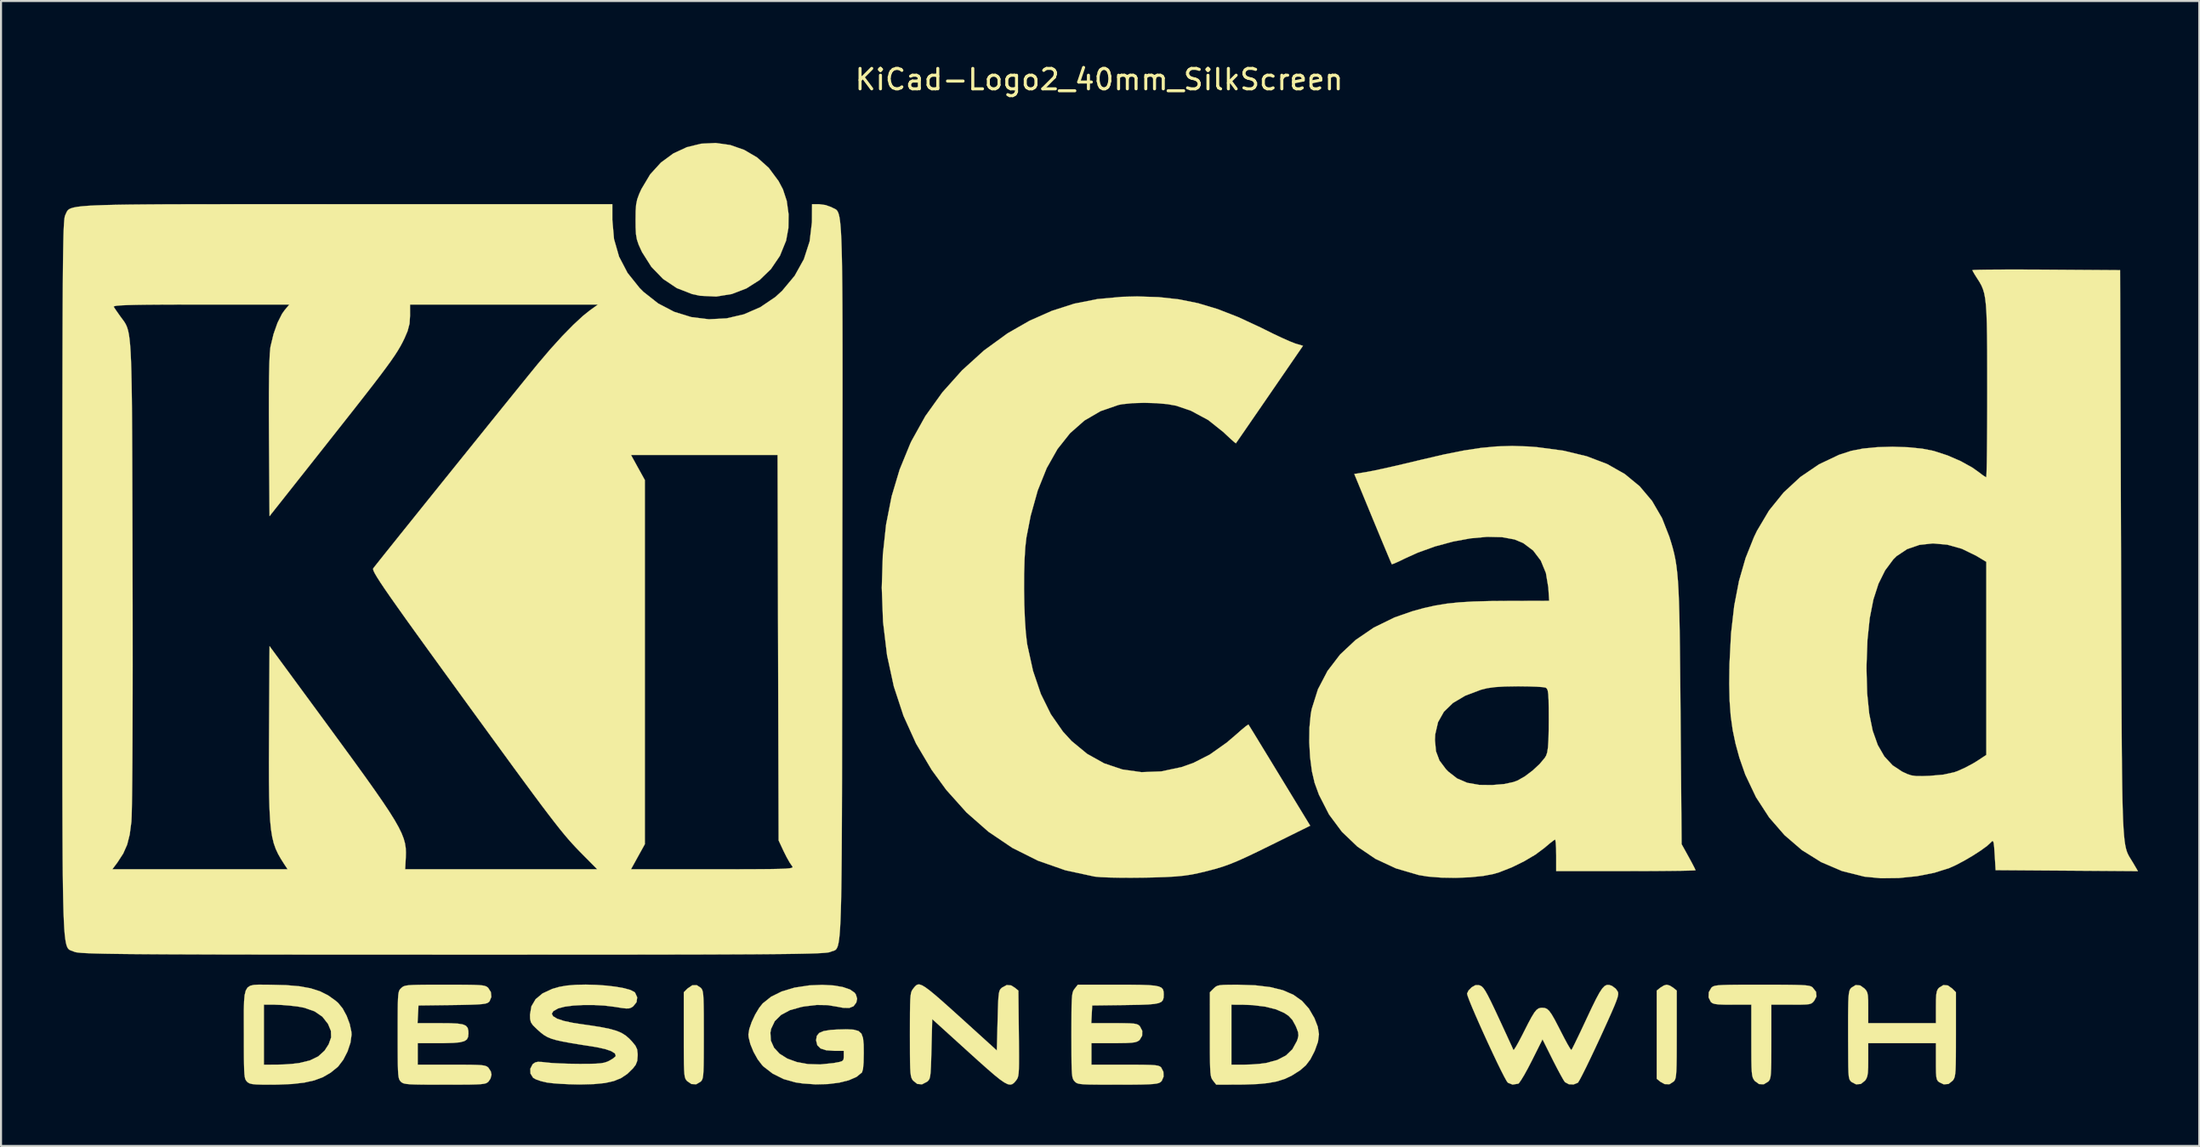
<source format=kicad_pcb>
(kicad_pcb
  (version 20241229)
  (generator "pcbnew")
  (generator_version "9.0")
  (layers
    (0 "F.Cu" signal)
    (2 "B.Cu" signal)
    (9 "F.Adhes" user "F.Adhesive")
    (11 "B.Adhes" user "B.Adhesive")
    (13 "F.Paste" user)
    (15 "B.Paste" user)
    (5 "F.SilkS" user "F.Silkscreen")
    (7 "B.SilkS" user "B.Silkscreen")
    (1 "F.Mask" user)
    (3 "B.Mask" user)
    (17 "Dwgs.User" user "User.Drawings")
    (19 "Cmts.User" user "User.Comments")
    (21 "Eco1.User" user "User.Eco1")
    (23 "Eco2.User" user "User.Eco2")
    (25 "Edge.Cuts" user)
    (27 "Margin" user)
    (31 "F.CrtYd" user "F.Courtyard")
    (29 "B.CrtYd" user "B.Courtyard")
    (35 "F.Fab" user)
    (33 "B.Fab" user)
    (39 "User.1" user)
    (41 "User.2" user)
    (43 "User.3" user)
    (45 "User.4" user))
  (footprint "KiCad-Logo2_40mm_SilkScreen"
    (layer "F.Cu")
    (at 50.806 23.708)
    (property "Reference" "KiCad-Logo2_40mm_SilkScreen" (at 0 -22.86 0) (layer "F.SilkS") (effects (font (size 1 1) (thickness 0.15))))
    (attr exclude_from_pos_files exclude_from_bom)
    (fp_poly (pts (xy 27.966 21.545) (xy 28.124 21.644) (xy 28.302 21.788) (xy 28.302 23.935) (xy 28.301 24.563) (xy 28.299 25.057) (xy 28.293 25.436) (xy 28.284 25.717) (xy 28.269 25.917) (xy 28.249 26.054) (xy 28.221 26.146) (xy 28.184 26.209) (xy 28.158 26.24) (xy 27.948 26.377) (xy 27.709 26.371) (xy 27.5 26.255) (xy 27.322 26.11) (xy 27.322 21.788) (xy 27.5 21.644) (xy 27.672 21.539) (xy 27.812 21.5) (xy 27.966 21.545)) (stroke (width 0.01) (type solid)) (fill yes) (layer "F.SilkS"))
    (fp_poly (pts (xy -19.521 21.65) (xy -19.477 21.701) (xy -19.443 21.766) (xy -19.417 21.863) (xy -19.398 22.01) (xy -19.385 22.225) (xy -19.377 22.523) (xy -19.372 22.924) (xy -19.371 23.444) (xy -19.37 23.949) (xy -19.371 24.576) (xy -19.373 25.069) (xy -19.378 25.447) (xy -19.387 25.726) (xy -19.401 25.924) (xy -19.421 26.059) (xy -19.449 26.148) (xy -19.486 26.209) (xy -19.521 26.248) (xy -19.741 26.379) (xy -19.976 26.368) (xy -20.186 26.224) (xy -20.235 26.168) (xy -20.272 26.103) (xy -20.301 26.012) (xy -20.321 25.875) (xy -20.335 25.675) (xy -20.344 25.395) (xy -20.348 25.016) (xy -20.35 24.521) (xy -20.35 23.96) (xy -20.35 21.87) (xy -20.165 21.685) (xy -19.937 21.529) (xy -19.716 21.523) (xy -19.521 21.65)) (stroke (width 0.01) (type solid)) (fill yes) (layer "F.SilkS"))
    (fp_poly (pts (xy -18.076 -19.651) (xy -17.392 -19.413) (xy -16.756 -19.04) (xy -16.187 -18.531) (xy -15.708 -17.886) (xy -15.493 -17.48) (xy -15.306 -16.911) (xy -15.216 -16.254) (xy -15.226 -15.579) (xy -15.337 -14.968) (xy -15.641 -14.22) (xy -16.081 -13.572) (xy -16.635 -13.035) (xy -17.282 -12.624) (xy -17.998 -12.349) (xy -18.761 -12.225) (xy -19.549 -12.263) (xy -19.938 -12.345) (xy -20.695 -12.64) (xy -21.367 -13.089) (xy -21.938 -13.679) (xy -22.393 -14.397) (xy -22.431 -14.475) (xy -22.564 -14.769) (xy -22.647 -15.017) (xy -22.693 -15.278) (xy -22.711 -15.613) (xy -22.714 -15.977) (xy -22.709 -16.415) (xy -22.686 -16.732) (xy -22.634 -16.987) (xy -22.541 -17.243) (xy -22.426 -17.496) (xy -21.998 -18.213) (xy -21.47 -18.793) (xy -20.864 -19.237) (xy -20.201 -19.545) (xy -19.501 -19.716) (xy -18.786 -19.751) (xy -18.076 -19.651)) (stroke (width 0.01) (type solid)) (fill yes) (layer "F.SilkS"))
    (fp_poly (pts (xy 33.136 21.5) (xy 33.662 21.503) (xy 34.07 21.508) (xy 34.376 21.517) (xy 34.599 21.53) (xy 34.753 21.549) (xy 34.856 21.574) (xy 34.924 21.607) (xy 34.957 21.631) (xy 35.128 21.849) (xy 35.149 22.074) (xy 35.043 22.279) (xy 34.974 22.361) (xy 34.9 22.417) (xy 34.792 22.452) (xy 34.622 22.47) (xy 34.363 22.478) (xy 33.986 22.479) (xy 33.911 22.479) (xy 32.937 22.479) (xy 32.937 24.288) (xy 32.936 24.858) (xy 32.934 25.297) (xy 32.927 25.624) (xy 32.915 25.857) (xy 32.896 26.017) (xy 32.869 26.123) (xy 32.833 26.194) (xy 32.786 26.248) (xy 32.566 26.38) (xy 32.337 26.37) (xy 32.129 26.219) (xy 32.113 26.2) (xy 32.064 26.129) (xy 32.026 26.046) (xy 31.998 25.931) (xy 31.979 25.764) (xy 31.967 25.524) (xy 31.96 25.192) (xy 31.958 24.747) (xy 31.957 24.24) (xy 31.957 22.479) (xy 31.027 22.479) (xy 30.628 22.477) (xy 30.351 22.466) (xy 30.17 22.444) (xy 30.056 22.407) (xy 29.981 22.351) (xy 29.972 22.342) (xy 29.862 22.12) (xy 29.872 21.869) (xy 29.998 21.65) (xy 30.046 21.608) (xy 30.109 21.574) (xy 30.202 21.548) (xy 30.343 21.529) (xy 30.548 21.516) (xy 30.834 21.507) (xy 31.217 21.502) (xy 31.714 21.5) (xy 32.343 21.5) (xy 32.477 21.5) (xy 33.136 21.5)) (stroke (width 0.01) (type solid)) (fill yes) (layer "F.SilkS"))
    (fp_poly (pts (xy 41.587 21.536) (xy 41.797 21.685) (xy 41.982 21.87) (xy 41.982 23.936) (xy 41.981 24.549) (xy 41.979 25.03) (xy 41.973 25.397) (xy 41.964 25.668) (xy 41.948 25.861) (xy 41.926 25.995) (xy 41.896 26.088) (xy 41.856 26.158) (xy 41.825 26.2) (xy 41.62 26.364) (xy 41.385 26.382) (xy 41.169 26.281) (xy 41.098 26.222) (xy 41.051 26.143) (xy 41.022 26.016) (xy 41.007 25.812) (xy 41.002 25.503) (xy 41.002 25.264) (xy 41.002 24.364) (xy 37.685 24.364) (xy 37.685 25.183) (xy 37.682 25.557) (xy 37.668 25.814) (xy 37.639 25.988) (xy 37.589 26.112) (xy 37.529 26.2) (xy 37.323 26.364) (xy 37.09 26.383) (xy 36.866 26.267) (xy 36.805 26.206) (xy 36.762 26.125) (xy 36.734 25.999) (xy 36.717 25.803) (xy 36.708 25.511) (xy 36.704 25.099) (xy 36.704 25.004) (xy 36.7 24.227) (xy 36.699 23.587) (xy 36.699 23.069) (xy 36.703 22.66) (xy 36.709 22.345) (xy 36.72 22.11) (xy 36.736 21.942) (xy 36.758 21.825) (xy 36.785 21.746) (xy 36.819 21.692) (xy 36.856 21.65) (xy 37.069 21.518) (xy 37.291 21.536) (xy 37.5 21.685) (xy 37.585 21.78) (xy 37.639 21.886) (xy 37.669 22.037) (xy 37.683 22.267) (xy 37.685 22.613) (xy 37.685 22.627) (xy 37.685 23.384) (xy 41.002 23.384) (xy 41.002 22.592) (xy 41.005 22.228) (xy 41.019 21.982) (xy 41.048 21.822) (xy 41.097 21.716) (xy 41.153 21.65) (xy 41.365 21.518) (xy 41.587 21.536)) (stroke (width 0.01) (type solid)) (fill yes) (layer "F.SilkS"))
    (fp_poly (pts (xy 6.799 21.501) (xy 7.66 21.53) (xy 8.392 21.618) (xy 9.008 21.771) (xy 9.519 21.994) (xy 9.938 22.291) (xy 10.277 22.669) (xy 10.547 23.133) (xy 10.552 23.144) (xy 10.713 23.559) (xy 10.771 23.926) (xy 10.724 24.296) (xy 10.573 24.718) (xy 10.545 24.782) (xy 10.35 25.158) (xy 10.131 25.448) (xy 9.848 25.695) (xy 9.462 25.94) (xy 9.44 25.953) (xy 9.104 26.114) (xy 8.724 26.235) (xy 8.276 26.319) (xy 7.735 26.37) (xy 7.078 26.393) (xy 6.845 26.395) (xy 5.739 26.399) (xy 5.583 26.2) (xy 5.537 26.135) (xy 5.5 26.059) (xy 5.473 25.953) (xy 5.454 25.8) (xy 5.441 25.581) (xy 5.436 25.419) (xy 6.482 25.419) (xy 7.109 25.419) (xy 7.476 25.408) (xy 7.852 25.38) (xy 8.161 25.34) (xy 8.18 25.337) (xy 8.729 25.189) (xy 9.154 24.968) (xy 9.47 24.663) (xy 9.69 24.263) (xy 9.728 24.157) (xy 9.766 23.992) (xy 9.75 23.829) (xy 9.671 23.612) (xy 9.623 23.505) (xy 9.467 23.222) (xy 9.28 23.023) (xy 9.073 22.885) (xy 8.659 22.704) (xy 8.13 22.574) (xy 7.513 22.499) (xy 7.066 22.482) (xy 6.482 22.479) (xy 6.482 25.419) (xy 5.436 25.419) (xy 5.433 25.278) (xy 5.428 24.873) (xy 5.427 24.347) (xy 5.427 23.936) (xy 5.427 21.87) (xy 5.612 21.685) (xy 5.694 21.61) (xy 5.783 21.558) (xy 5.907 21.526) (xy 6.094 21.509) (xy 6.374 21.502) (xy 6.775 21.501) (xy 6.799 21.501)) (stroke (width 0.01) (type solid)) (fill yes) (layer "F.SilkS"))
    (fp_poly (pts (xy -40.87 21.5) (xy -40.606 21.502) (xy -39.834 21.521) (xy -39.187 21.576) (xy -38.643 21.674) (xy -38.181 21.821) (xy -37.779 22.022) (xy -37.413 22.284) (xy -37.283 22.397) (xy -37.067 22.663) (xy -36.871 23.024) (xy -36.721 23.424) (xy -36.639 23.807) (xy -36.63 23.949) (xy -36.684 24.342) (xy -36.827 24.771) (xy -37.035 25.177) (xy -37.281 25.501) (xy -37.321 25.54) (xy -37.66 25.814) (xy -38.031 26.029) (xy -38.455 26.188) (xy -38.954 26.299) (xy -39.55 26.367) (xy -40.264 26.396) (xy -40.59 26.399) (xy -41.006 26.397) (xy -41.298 26.388) (xy -41.494 26.37) (xy -41.622 26.338) (xy -41.709 26.29) (xy -41.755 26.248) (xy -41.799 26.197) (xy -41.834 26.132) (xy -41.86 26.035) (xy -41.879 25.888) (xy -41.892 25.674) (xy -41.9 25.375) (xy -41.904 24.974) (xy -41.906 24.454) (xy -41.906 23.949) (xy -41.908 23.275) (xy -41.908 22.737) (xy -41.901 22.479) (xy -40.926 22.479) (xy -40.926 25.419) (xy -40.305 25.418) (xy -39.93 25.408) (xy -39.539 25.38) (xy -39.212 25.341) (xy -39.202 25.34) (xy -38.673 25.212) (xy -38.263 25.013) (xy -37.952 24.73) (xy -37.753 24.423) (xy -37.631 24.083) (xy -37.641 23.764) (xy -37.783 23.422) (xy -38.06 23.067) (xy -38.444 22.805) (xy -38.943 22.63) (xy -39.276 22.568) (xy -39.655 22.524) (xy -40.056 22.492) (xy -40.397 22.479) (xy -40.418 22.479) (xy -40.926 22.479) (xy -41.901 22.479) (xy -41.897 22.319) (xy -41.869 22.007) (xy -41.814 21.785) (xy -41.726 21.638) (xy -41.595 21.551) (xy -41.414 21.509) (xy -41.175 21.497) (xy -40.87 21.5)) (stroke (width 0.01) (type solid)) (fill yes) (layer "F.SilkS"))
    (fp_poly (pts (xy -8.68 21.529) (xy -8.523 21.621) (xy -8.317 21.772) (xy -8.052 21.989) (xy -7.718 22.278) (xy -7.303 22.648) (xy -6.797 23.104) (xy -6.218 23.629) (xy -5.012 24.723) (xy -4.974 23.255) (xy -4.961 22.75) (xy -4.948 22.374) (xy -4.932 22.105) (xy -4.911 21.921) (xy -4.882 21.802) (xy -4.842 21.724) (xy -4.788 21.667) (xy -4.759 21.643) (xy -4.528 21.517) (xy -4.309 21.535) (xy -4.135 21.644) (xy -3.957 21.788) (xy -3.935 23.89) (xy -3.929 24.509) (xy -3.926 24.995) (xy -3.927 25.366) (xy -3.933 25.641) (xy -3.945 25.838) (xy -3.965 25.974) (xy -3.993 26.069) (xy -4.031 26.139) (xy -4.072 26.196) (xy -4.162 26.301) (xy -4.252 26.371) (xy -4.354 26.397) (xy -4.48 26.374) (xy -4.643 26.292) (xy -4.856 26.145) (xy -5.13 25.925) (xy -5.478 25.625) (xy -5.914 25.237) (xy -6.407 24.791) (xy -8.178 23.185) (xy -8.215 24.648) (xy -8.229 25.152) (xy -8.242 25.527) (xy -8.258 25.796) (xy -8.279 25.978) (xy -8.308 26.097) (xy -8.349 26.175) (xy -8.403 26.232) (xy -8.431 26.255) (xy -8.678 26.382) (xy -8.911 26.363) (xy -9.114 26.2) (xy -9.161 26.135) (xy -9.197 26.058) (xy -9.224 25.952) (xy -9.244 25.799) (xy -9.257 25.579) (xy -9.265 25.275) (xy -9.269 24.868) (xy -9.27 24.34) (xy -9.271 23.949) (xy -9.27 23.338) (xy -9.268 22.859) (xy -9.262 22.494) (xy -9.253 22.225) (xy -9.237 22.033) (xy -9.215 21.9) (xy -9.184 21.808) (xy -9.144 21.738) (xy -9.114 21.698) (xy -9.039 21.604) (xy -8.969 21.533) (xy -8.892 21.492) (xy -8.8 21.488) (xy -8.68 21.529)) (stroke (width 0.01) (type solid)) (fill yes) (layer "F.SilkS"))
    (fp_poly (pts (xy -13.02 21.536) (xy -12.562 21.613) (xy -12.211 21.733) (xy -11.982 21.89) (xy -11.92 21.979) (xy -11.857 22.188) (xy -11.899 22.376) (xy -12.034 22.555) (xy -12.243 22.639) (xy -12.546 22.632) (xy -12.781 22.587) (xy -13.302 22.5) (xy -13.835 22.492) (xy -14.432 22.562) (xy -14.596 22.592) (xy -15.151 22.748) (xy -15.585 22.981) (xy -15.893 23.286) (xy -16.071 23.659) (xy -16.108 23.852) (xy -16.084 24.243) (xy -15.928 24.59) (xy -15.655 24.884) (xy -15.279 25.12) (xy -14.814 25.29) (xy -14.273 25.389) (xy -13.673 25.408) (xy -13.025 25.342) (xy -12.989 25.336) (xy -12.731 25.288) (xy -12.589 25.241) (xy -12.527 25.173) (xy -12.512 25.058) (xy -12.512 24.997) (xy -12.512 24.741) (xy -12.969 24.741) (xy -13.372 24.713) (xy -13.648 24.625) (xy -13.808 24.468) (xy -13.866 24.236) (xy -13.867 24.206) (xy -13.833 24.007) (xy -13.717 23.865) (xy -13.5 23.772) (xy -13.164 23.717) (xy -12.84 23.697) (xy -12.368 23.685) (xy -12.026 23.703) (xy -11.792 23.768) (xy -11.647 23.898) (xy -11.569 24.113) (xy -11.537 24.429) (xy -11.532 24.845) (xy -11.541 25.308) (xy -11.569 25.624) (xy -11.617 25.792) (xy -11.626 25.805) (xy -11.886 26.016) (xy -12.267 26.183) (xy -12.745 26.302) (xy -13.295 26.37) (xy -13.895 26.384) (xy -14.519 26.34) (xy -14.886 26.286) (xy -15.461 26.123) (xy -15.996 25.857) (xy -16.444 25.511) (xy -16.512 25.442) (xy -16.733 25.151) (xy -16.933 24.791) (xy -17.088 24.414) (xy -17.174 24.071) (xy -17.185 23.94) (xy -17.14 23.665) (xy -17.022 23.323) (xy -16.854 22.964) (xy -16.657 22.635) (xy -16.483 22.416) (xy -16.076 22.09) (xy -15.549 21.83) (xy -14.923 21.643) (xy -14.215 21.534) (xy -13.567 21.507) (xy -13.02 21.536)) (stroke (width 0.01) (type solid)) (fill yes) (layer "F.SilkS"))
    (fp_poly (pts (xy 1.538 21.501) (xy 2.048 21.507) (xy 2.438 21.521) (xy 2.726 21.547) (xy 2.926 21.588) (xy 3.054 21.647) (xy 3.126 21.727) (xy 3.158 21.833) (xy 3.166 21.966) (xy 3.166 21.982) (xy 3.159 22.133) (xy 3.127 22.25) (xy 3.053 22.338) (xy 2.92 22.4) (xy 2.71 22.442) (xy 2.405 22.469) (xy 1.989 22.485) (xy 1.444 22.494) (xy 1.277 22.497) (xy -0.339 22.517) (xy -0.362 22.95) (xy -0.384 23.384) (xy 0.738 23.384) (xy 1.177 23.385) (xy 1.49 23.392) (xy 1.703 23.407) (xy 1.841 23.434) (xy 1.93 23.474) (xy 1.995 23.532) (xy 1.995 23.532) (xy 2.112 23.757) (xy 2.108 23.999) (xy 1.985 24.206) (xy 1.961 24.227) (xy 1.874 24.282) (xy 1.756 24.32) (xy 1.579 24.344) (xy 1.318 24.358) (xy 0.946 24.363) (xy 0.708 24.364) (xy -0.377 24.364) (xy -0.377 25.419) (xy 1.27 25.419) (xy 1.813 25.42) (xy 2.226 25.424) (xy 2.528 25.432) (xy 2.739 25.446) (xy 2.879 25.468) (xy 2.968 25.5) (xy 3.026 25.541) (xy 3.041 25.557) (xy 3.149 25.767) (xy 3.157 26.007) (xy 3.068 26.215) (xy 2.998 26.281) (xy 2.925 26.318) (xy 2.812 26.346) (xy 2.641 26.368) (xy 2.395 26.382) (xy 2.055 26.392) (xy 1.603 26.397) (xy 1.022 26.399) (xy 0.891 26.399) (xy 0.3 26.398) (xy -0.159 26.396) (xy -0.504 26.391) (xy -0.753 26.381) (xy -0.927 26.365) (xy -1.042 26.341) (xy -1.118 26.308) (xy -1.173 26.265) (xy -1.203 26.234) (xy -1.248 26.179) (xy -1.284 26.11) (xy -1.311 26.011) (xy -1.33 25.863) (xy -1.343 25.648) (xy -1.351 25.348) (xy -1.355 24.946) (xy -1.356 24.423) (xy -1.357 23.983) (xy -1.356 23.366) (xy -1.354 22.882) (xy -1.349 22.512) (xy -1.339 22.239) (xy -1.324 22.043) (xy -1.302 21.907) (xy -1.273 21.813) (xy -1.234 21.743) (xy -1.2 21.698) (xy -1.044 21.5) (xy 0.893 21.5) (xy 1.538 21.501)) (stroke (width 0.01) (type solid)) (fill yes) (layer "F.SilkS"))
    (fp_poly (pts (xy -31.465 21.5) (xy -31.002 21.503) (xy -30.652 21.508) (xy -30.397 21.519) (xy -30.219 21.535) (xy -30.099 21.559) (xy -30.018 21.591) (xy -29.958 21.634) (xy -29.936 21.653) (xy -29.804 21.861) (xy -29.781 22.099) (xy -29.868 22.31) (xy -29.908 22.353) (xy -29.973 22.395) (xy -30.077 22.427) (xy -30.241 22.451) (xy -30.483 22.468) (xy -30.823 22.481) (xy -31.28 22.491) (xy -31.698 22.497) (xy -33.352 22.517) (xy -33.374 22.95) (xy -33.397 23.384) (xy -32.274 23.384) (xy -31.787 23.388) (xy -31.43 23.406) (xy -31.184 23.444) (xy -31.028 23.511) (xy -30.942 23.613) (xy -30.907 23.759) (xy -30.902 23.894) (xy -30.919 24.06) (xy -30.981 24.182) (xy -31.109 24.267) (xy -31.321 24.322) (xy -31.636 24.351) (xy -32.074 24.363) (xy -32.313 24.364) (xy -33.389 24.364) (xy -33.389 25.419) (xy -31.731 25.419) (xy -31.188 25.42) (xy -30.775 25.423) (xy -30.472 25.431) (xy -30.259 25.444) (xy -30.115 25.466) (xy -30.021 25.497) (xy -29.955 25.539) (xy -29.922 25.57) (xy -29.808 25.749) (xy -29.772 25.909) (xy -29.824 26.104) (xy -29.922 26.248) (xy -29.975 26.293) (xy -30.042 26.329) (xy -30.144 26.355) (xy -30.296 26.374) (xy -30.519 26.386) (xy -30.83 26.394) (xy -31.247 26.397) (xy -31.789 26.399) (xy -32.07 26.399) (xy -32.672 26.398) (xy -33.142 26.396) (xy -33.497 26.39) (xy -33.756 26.38) (xy -33.938 26.364) (xy -34.059 26.341) (xy -34.139 26.31) (xy -34.196 26.269) (xy -34.218 26.248) (xy -34.262 26.197) (xy -34.297 26.132) (xy -34.323 26.034) (xy -34.342 25.887) (xy -34.355 25.672) (xy -34.363 25.372) (xy -34.367 24.97) (xy -34.369 24.448) (xy -34.369 23.962) (xy -34.369 23.34) (xy -34.367 22.851) (xy -34.363 22.477) (xy -34.355 22.201) (xy -34.341 22.006) (xy -34.321 21.873) (xy -34.293 21.785) (xy -34.255 21.725) (xy -34.207 21.675) (xy -34.195 21.663) (xy -34.137 21.614) (xy -34.07 21.575) (xy -33.974 21.547) (xy -33.833 21.526) (xy -33.626 21.513) (xy -33.335 21.505) (xy -32.941 21.501) (xy -32.426 21.5) (xy -32.061 21.5) (xy -31.465 21.5)) (stroke (width 0.01) (type solid)) (fill yes) (layer "F.SilkS"))
    (fp_poly (pts (xy 25.001 21.513) (xy 25.132 21.559) (xy 25.137 21.562) (xy 25.315 21.697) (xy 25.413 21.837) (xy 25.432 21.902) (xy 25.431 21.989) (xy 25.404 22.113) (xy 25.345 22.289) (xy 25.249 22.532) (xy 25.108 22.859) (xy 24.918 23.284) (xy 24.673 23.823) (xy 24.538 24.118) (xy 24.293 24.644) (xy 24.064 25.127) (xy 23.859 25.551) (xy 23.686 25.897) (xy 23.554 26.148) (xy 23.472 26.285) (xy 23.456 26.304) (xy 23.249 26.388) (xy 23.015 26.377) (xy 22.827 26.275) (xy 22.82 26.267) (xy 22.745 26.154) (xy 22.62 25.933) (xy 22.459 25.634) (xy 22.279 25.285) (xy 22.214 25.156) (xy 21.726 24.177) (xy 21.193 25.241) (xy 21.003 25.608) (xy 20.827 25.927) (xy 20.678 26.172) (xy 20.573 26.32) (xy 20.537 26.351) (xy 20.258 26.394) (xy 20.029 26.304) (xy 19.961 26.209) (xy 19.844 25.997) (xy 19.687 25.689) (xy 19.5 25.307) (xy 19.293 24.87) (xy 19.074 24.4) (xy 18.853 23.918) (xy 18.64 23.444) (xy 18.445 23) (xy 18.276 22.606) (xy 18.144 22.283) (xy 18.059 22.053) (xy 18.028 21.935) (xy 18.029 21.931) (xy 18.102 21.782) (xy 18.25 21.631) (xy 18.258 21.624) (xy 18.44 21.522) (xy 18.607 21.523) (xy 18.67 21.542) (xy 18.747 21.584) (xy 18.828 21.666) (xy 18.924 21.806) (xy 19.044 22.02) (xy 19.198 22.325) (xy 19.396 22.739) (xy 19.574 23.121) (xy 19.779 23.564) (xy 19.963 23.962) (xy 20.116 24.295) (xy 20.229 24.541) (xy 20.291 24.681) (xy 20.3 24.703) (xy 20.341 24.667) (xy 20.436 24.518) (xy 20.571 24.276) (xy 20.734 23.965) (xy 20.799 23.836) (xy 21.019 23.402) (xy 21.189 23.086) (xy 21.322 22.869) (xy 21.433 22.734) (xy 21.535 22.661) (xy 21.643 22.633) (xy 21.713 22.63) (xy 21.837 22.641) (xy 21.945 22.686) (xy 22.053 22.785) (xy 22.175 22.955) (xy 22.325 23.215) (xy 22.518 23.585) (xy 22.625 23.795) (xy 22.798 24.13) (xy 22.948 24.408) (xy 23.064 24.605) (xy 23.131 24.698) (xy 23.14 24.702) (xy 23.183 24.629) (xy 23.279 24.439) (xy 23.419 24.151) (xy 23.594 23.787) (xy 23.792 23.365) (xy 23.89 23.155) (xy 24.144 22.615) (xy 24.349 22.199) (xy 24.515 21.893) (xy 24.652 21.686) (xy 24.772 21.562) (xy 24.885 21.509) (xy 25.001 21.513)) (stroke (width 0.01) (type solid)) (fill yes) (layer "F.SilkS"))
    (fp_poly (pts (xy -24.648 21.508) (xy -24.148 21.543) (xy -23.684 21.598) (xy -23.281 21.67) (xy -22.967 21.757) (xy -22.77 21.858) (xy -22.739 21.888) (xy -22.634 22.119) (xy -22.666 22.356) (xy -22.83 22.559) (xy -22.837 22.565) (xy -22.934 22.627) (xy -23.034 22.66) (xy -23.174 22.664) (xy -23.39 22.64) (xy -23.716 22.588) (xy -23.742 22.584) (xy -24.227 22.524) (xy -24.751 22.495) (xy -25.277 22.495) (xy -25.767 22.522) (xy -26.186 22.577) (xy -26.495 22.658) (xy -26.515 22.666) (xy -26.74 22.792) (xy -26.819 22.919) (xy -26.757 23.044) (xy -26.56 23.164) (xy -26.232 23.274) (xy -25.778 23.371) (xy -25.475 23.418) (xy -24.847 23.508) (xy -24.346 23.59) (xy -23.954 23.672) (xy -23.647 23.76) (xy -23.405 23.862) (xy -23.207 23.985) (xy -23.03 24.135) (xy -22.889 24.283) (xy -22.721 24.489) (xy -22.638 24.666) (xy -22.612 24.884) (xy -22.611 24.964) (xy -22.631 25.229) (xy -22.708 25.427) (xy -22.843 25.602) (xy -23.116 25.869) (xy -23.42 26.074) (xy -23.779 26.221) (xy -24.214 26.318) (xy -24.748 26.371) (xy -25.405 26.388) (xy -25.513 26.388) (xy -25.951 26.378) (xy -26.385 26.358) (xy -26.768 26.329) (xy -27.053 26.294) (xy -27.076 26.29) (xy -27.359 26.223) (xy -27.599 26.138) (xy -27.735 26.06) (xy -27.862 25.856) (xy -27.871 25.618) (xy -27.762 25.406) (xy -27.737 25.382) (xy -27.636 25.311) (xy -27.51 25.28) (xy -27.315 25.285) (xy -27.078 25.312) (xy -26.813 25.337) (xy -26.441 25.357) (xy -26.008 25.372) (xy -25.556 25.379) (xy -25.438 25.38) (xy -24.985 25.378) (xy -24.653 25.369) (xy -24.414 25.35) (xy -24.237 25.318) (xy -24.095 25.27) (xy -24.01 25.23) (xy -23.822 25.119) (xy -23.702 25.019) (xy -23.685 24.99) (xy -23.722 24.873) (xy -23.897 24.759) (xy -24.199 24.654) (xy -24.615 24.563) (xy -24.738 24.542) (xy -25.378 24.442) (xy -25.889 24.358) (xy -26.291 24.284) (xy -26.602 24.215) (xy -26.844 24.143) (xy -27.035 24.064) (xy -27.196 23.971) (xy -27.345 23.858) (xy -27.503 23.718) (xy -27.557 23.669) (xy -27.743 23.487) (xy -27.842 23.342) (xy -27.881 23.176) (xy -27.887 22.968) (xy -27.818 22.559) (xy -27.613 22.211) (xy -27.271 21.926) (xy -26.795 21.705) (xy -26.455 21.606) (xy -26.086 21.542) (xy -25.644 21.505) (xy -25.155 21.495) (xy -24.648 21.508)) (stroke (width 0.01) (type solid)) (fill yes) (layer "F.SilkS"))
    (fp_poly (pts (xy 2.917 -12.197) (xy 3.899 -12.09) (xy 4.85 -11.898) (xy 5.809 -11.61) (xy 6.815 -11.218) (xy 7.907 -10.711) (xy 8.103 -10.613) (xy 8.554 -10.39) (xy 8.98 -10.19) (xy 9.338 -10.031) (xy 9.586 -9.933) (xy 9.624 -9.92) (xy 9.989 -9.811) (xy 8.354 -7.432) (xy 7.954 -6.85) (xy 7.588 -6.319) (xy 7.27 -5.856) (xy 7.01 -5.479) (xy 6.822 -5.207) (xy 6.718 -5.057) (xy 6.701 -5.033) (xy 6.632 -5.083) (xy 6.463 -5.232) (xy 6.223 -5.454) (xy 6.091 -5.58) (xy 5.343 -6.175) (xy 4.502 -6.627) (xy 3.778 -6.875) (xy 3.343 -6.953) (xy 2.799 -7) (xy 2.209 -7.016) (xy 1.638 -7) (xy 1.148 -6.951) (xy 0.953 -6.914) (xy 0.074 -6.611) (xy -0.719 -6.149) (xy -1.424 -5.528) (xy -2.041 -4.75) (xy -2.569 -3.815) (xy -3.008 -2.723) (xy -3.356 -1.477) (xy -3.564 -0.41) (xy -3.618 0.061) (xy -3.655 0.67) (xy -3.675 1.372) (xy -3.678 2.125) (xy -3.666 2.883) (xy -3.637 3.605) (xy -3.593 4.245) (xy -3.534 4.76) (xy -3.521 4.839) (xy -3.239 6.12) (xy -2.855 7.253) (xy -2.366 8.244) (xy -1.771 9.098) (xy -1.348 9.559) (xy -0.588 10.186) (xy 0.245 10.651) (xy 1.138 10.951) (xy 2.076 11.083) (xy 3.045 11.046) (xy 4.031 10.837) (xy 4.614 10.632) (xy 5.422 10.221) (xy 6.253 9.633) (xy 6.719 9.235) (xy 6.981 9.004) (xy 7.187 8.835) (xy 7.304 8.754) (xy 7.318 8.751) (xy 7.37 8.835) (xy 7.506 9.054) (xy 7.713 9.392) (xy 7.979 9.829) (xy 8.295 10.346) (xy 8.647 10.924) (xy 8.843 11.246) (xy 10.342 13.707) (xy 8.471 14.632) (xy 7.795 14.964) (xy 7.247 15.226) (xy 6.794 15.43) (xy 6.402 15.591) (xy 6.039 15.72) (xy 5.67 15.831) (xy 5.262 15.937) (xy 4.871 16.03) (xy 4.523 16.102) (xy 4.159 16.156) (xy 3.744 16.196) (xy 3.239 16.224) (xy 2.609 16.244) (xy 2.185 16.252) (xy 1.579 16.258) (xy 0.999 16.255) (xy 0.481 16.245) (xy 0.066 16.227) (xy -0.209 16.202) (xy -0.226 16.2) (xy -1.656 15.891) (xy -2.999 15.421) (xy -4.254 14.793) (xy -5.421 14.005) (xy -6.499 13.058) (xy -7.489 11.953) (xy -8.206 10.97) (xy -8.969 9.684) (xy -9.585 8.326) (xy -10.059 6.885) (xy -10.392 5.35) (xy -10.588 3.711) (xy -10.65 2.046) (xy -10.599 0.435) (xy -10.439 -1.051) (xy -10.166 -2.437) (xy -9.774 -3.749) (xy -9.257 -5.012) (xy -9.196 -5.142) (xy -8.516 -6.365) (xy -7.682 -7.529) (xy -6.716 -8.609) (xy -5.643 -9.582) (xy -4.485 -10.424) (xy -3.407 -11.041) (xy -2.317 -11.524) (xy -1.225 -11.875) (xy -0.089 -12.101) (xy 1.135 -12.213) (xy 1.866 -12.23) (xy 2.917 -12.197)) (stroke (width 0.01) (type solid)) (fill yes) (layer "F.SilkS"))
    (fp_poly (pts (xy 45.37 -13.548) (xy 46.144 -13.545) (xy 46.407 -13.543) (xy 50.026 -13.519) (xy 50.072 0.364) (xy 50.078 2.247) (xy 50.083 3.956) (xy 50.088 5.501) (xy 50.093 6.891) (xy 50.098 8.133) (xy 50.104 9.238) (xy 50.111 10.214) (xy 50.12 11.07) (xy 50.13 11.814) (xy 50.142 12.456) (xy 50.157 13.005) (xy 50.174 13.468) (xy 50.195 13.855) (xy 50.219 14.176) (xy 50.246 14.438) (xy 50.278 14.651) (xy 50.314 14.823) (xy 50.355 14.963) (xy 50.401 15.08) (xy 50.453 15.184) (xy 50.511 15.282) (xy 50.574 15.384) (xy 50.644 15.498) (xy 50.659 15.522) (xy 50.9 15.934) (xy 43.927 15.886) (xy 43.881 15.12) (xy 43.856 14.753) (xy 43.83 14.54) (xy 43.795 14.456) (xy 43.743 14.473) (xy 43.699 14.522) (xy 43.507 14.699) (xy 43.195 14.926) (xy 42.806 15.177) (xy 42.384 15.424) (xy 41.974 15.64) (xy 41.659 15.782) (xy 40.921 16.015) (xy 40.074 16.181) (xy 39.181 16.272) (xy 38.304 16.282) (xy 37.506 16.205) (xy 37.493 16.203) (xy 36.401 15.929) (xy 35.379 15.492) (xy 34.436 14.903) (xy 33.583 14.169) (xy 32.829 13.301) (xy 32.185 12.308) (xy 31.659 11.2) (xy 31.373 10.378) (xy 31.185 9.691) (xy 31.045 9.026) (xy 30.949 8.342) (xy 30.894 7.599) (xy 30.875 6.757) (xy 30.883 6.069) (xy 37.601 6.069) (xy 37.633 7.222) (xy 37.733 8.215) (xy 37.905 9.055) (xy 38.152 9.752) (xy 38.476 10.314) (xy 38.881 10.75) (xy 39.348 11.058) (xy 39.592 11.173) (xy 39.803 11.242) (xy 40.038 11.274) (xy 40.354 11.276) (xy 40.695 11.264) (xy 41.364 11.205) (xy 41.894 11.089) (xy 42.06 11.031) (xy 42.44 10.86) (xy 42.841 10.645) (xy 43.016 10.538) (xy 43.471 10.239) (xy 43.471 0.776) (xy 42.971 0.476) (xy 42.272 0.136) (xy 41.559 -0.064) (xy 40.856 -0.127) (xy 40.191 -0.054) (xy 39.589 0.154) (xy 39.075 0.496) (xy 38.91 0.66) (xy 38.511 1.197) (xy 38.188 1.848) (xy 37.938 2.623) (xy 37.759 3.534) (xy 37.648 4.591) (xy 37.603 5.807) (xy 37.601 6.069) (xy 30.883 6.069) (xy 30.887 5.783) (xy 30.964 4.284) (xy 31.118 2.932) (xy 31.354 1.708) (xy 31.676 0.59) (xy 32.087 -0.439) (xy 32.234 -0.744) (xy 32.825 -1.739) (xy 33.54 -2.623) (xy 34.361 -3.383) (xy 35.272 -4.002) (xy 36.255 -4.469) (xy 36.845 -4.661) (xy 37.424 -4.775) (xy 38.121 -4.843) (xy 38.877 -4.865) (xy 39.634 -4.84) (xy 40.333 -4.77) (xy 40.895 -4.659) (xy 41.563 -4.442) (xy 42.211 -4.162) (xy 42.777 -3.849) (xy 43.079 -3.636) (xy 43.287 -3.478) (xy 43.433 -3.382) (xy 43.466 -3.368) (xy 43.476 -3.457) (xy 43.486 -3.709) (xy 43.495 -4.108) (xy 43.502 -4.635) (xy 43.508 -5.273) (xy 43.513 -6.005) (xy 43.516 -6.811) (xy 43.517 -7.633) (xy 43.516 -8.685) (xy 43.514 -9.572) (xy 43.507 -10.311) (xy 43.496 -10.919) (xy 43.478 -11.413) (xy 43.452 -11.809) (xy 43.416 -12.125) (xy 43.369 -12.378) (xy 43.308 -12.584) (xy 43.234 -12.762) (xy 43.144 -12.926) (xy 43.036 -13.096) (xy 43.022 -13.117) (xy 42.884 -13.336) (xy 42.8 -13.487) (xy 42.789 -13.518) (xy 42.876 -13.528) (xy 43.127 -13.537) (xy 43.521 -13.543) (xy 44.039 -13.547) (xy 44.662 -13.549) (xy 45.37 -13.548)) (stroke (width 0.01) (type solid)) (fill yes) (layer "F.SilkS"))
    (fp_poly (pts (xy 21.003 -4.879) (xy 21.454 -4.845) (xy 22.745 -4.673) (xy 23.888 -4.399) (xy 24.889 -4.019) (xy 25.753 -3.53) (xy 26.486 -2.927) (xy 27.094 -2.207) (xy 27.583 -1.365) (xy 27.939 -0.455) (xy 28.03 -0.165) (xy 28.109 0.107) (xy 28.177 0.375) (xy 28.235 0.654) (xy 28.284 0.958) (xy 28.325 1.303) (xy 28.36 1.702) (xy 28.388 2.171) (xy 28.411 2.723) (xy 28.43 3.374) (xy 28.445 4.139) (xy 28.458 5.031) (xy 28.469 6.066) (xy 28.48 7.259) (xy 28.488 8.194) (xy 28.541 14.612) (xy 28.882 15.229) (xy 29.044 15.527) (xy 29.164 15.758) (xy 29.222 15.881) (xy 29.224 15.89) (xy 29.136 15.899) (xy 28.886 15.908) (xy 28.494 15.916) (xy 27.979 15.922) (xy 27.362 15.927) (xy 26.663 15.931) (xy 25.901 15.932) (xy 25.81 15.932) (xy 22.396 15.932) (xy 22.396 15.158) (xy 22.39 14.808) (xy 22.374 14.541) (xy 22.352 14.398) (xy 22.342 14.384) (xy 22.252 14.44) (xy 22.066 14.586) (xy 21.824 14.791) (xy 21.819 14.795) (xy 21.378 15.124) (xy 20.82 15.454) (xy 20.21 15.752) (xy 19.61 15.988) (xy 19.346 16.068) (xy 18.82 16.17) (xy 18.175 16.235) (xy 17.469 16.263) (xy 16.762 16.251) (xy 16.113 16.2) (xy 15.659 16.126) (xy 14.545 15.799) (xy 13.542 15.333) (xy 12.657 14.733) (xy 11.896 14.006) (xy 11.265 13.158) (xy 10.772 12.193) (xy 10.559 11.608) (xy 10.426 11.039) (xy 10.338 10.356) (xy 10.297 9.622) (xy 10.298 9.515) (xy 16.455 9.515) (xy 16.506 10.06) (xy 16.676 10.513) (xy 16.991 10.934) (xy 17.111 11.057) (xy 17.54 11.391) (xy 18.036 11.604) (xy 18.63 11.708) (xy 19.256 11.715) (xy 19.849 11.665) (xy 20.304 11.567) (xy 20.501 11.493) (xy 20.857 11.292) (xy 21.233 11.009) (xy 21.577 10.691) (xy 21.834 10.386) (xy 21.902 10.274) (xy 21.955 10.117) (xy 21.993 9.868) (xy 22.017 9.502) (xy 22.029 8.996) (xy 22.032 8.514) (xy 22.03 7.952) (xy 22.023 7.546) (xy 22.008 7.269) (xy 21.983 7.094) (xy 21.944 6.996) (xy 21.889 6.947) (xy 21.872 6.939) (xy 21.725 6.915) (xy 21.435 6.895) (xy 21.042 6.882) (xy 20.583 6.876) (xy 20.484 6.876) (xy 19.871 6.886) (xy 19.398 6.915) (xy 19.022 6.967) (xy 18.711 7.044) (xy 17.941 7.335) (xy 17.337 7.693) (xy 16.893 8.124) (xy 16.606 8.633) (xy 16.469 9.227) (xy 16.455 9.515) (xy 10.298 9.515) (xy 10.306 8.899) (xy 10.368 8.252) (xy 10.416 7.991) (xy 10.722 7.02) (xy 11.189 6.127) (xy 11.806 5.32) (xy 12.565 4.607) (xy 13.458 3.998) (xy 14.475 3.501) (xy 15.34 3.199) (xy 15.918 3.04) (xy 16.471 2.917) (xy 17.034 2.825) (xy 17.644 2.761) (xy 18.337 2.72) (xy 19.147 2.698) (xy 19.88 2.692) (xy 22.052 2.686) (xy 22.01 2.033) (xy 21.892 1.324) (xy 21.641 0.715) (xy 21.267 0.221) (xy 20.781 -0.143) (xy 20.354 -0.321) (xy 19.741 -0.433) (xy 19.011 -0.449) (xy 18.199 -0.375) (xy 17.339 -0.217) (xy 16.465 0.019) (xy 15.61 0.327) (xy 14.989 0.609) (xy 14.691 0.754) (xy 14.463 0.855) (xy 14.347 0.895) (xy 14.341 0.893) (xy 14.301 0.805) (xy 14.201 0.571) (xy 14.051 0.213) (xy 13.859 -0.246) (xy 13.636 -0.784) (xy 13.409 -1.332) (xy 12.503 -3.529) (xy 13.148 -3.635) (xy 13.427 -3.688) (xy 13.847 -3.777) (xy 14.372 -3.894) (xy 14.965 -4.032) (xy 15.592 -4.181) (xy 15.841 -4.241) (xy 16.919 -4.491) (xy 17.864 -4.679) (xy 18.709 -4.808) (xy 19.491 -4.881) (xy 20.243 -4.904) (xy 21.003 -4.879)) (stroke (width 0.01) (type solid)) (fill yes) (layer "F.SilkS"))
    (fp_poly (pts (xy -39.491 -16.752) (xy -37.737 -16.751) (xy -36.921 -16.751) (xy -23.852 -16.751) (xy -23.852 -15.981) (xy -23.77 -15.043) (xy -23.522 -14.179) (xy -23.106 -13.382) (xy -22.519 -12.648) (xy -22.32 -12.449) (xy -21.606 -11.887) (xy -20.819 -11.476) (xy -19.982 -11.218) (xy -19.118 -11.112) (xy -18.251 -11.157) (xy -17.405 -11.354) (xy -16.602 -11.703) (xy -15.866 -12.202) (xy -15.535 -12.503) (xy -14.919 -13.242) (xy -14.468 -14.054) (xy -14.184 -14.931) (xy -14.073 -15.863) (xy -14.071 -15.955) (xy -14.066 -16.751) (xy -13.715 -16.751) (xy -13.405 -16.709) (xy -13.121 -16.607) (xy -13.102 -16.596) (xy -13.038 -16.563) (xy -12.98 -16.537) (xy -12.926 -16.511) (xy -12.877 -16.477) (xy -12.832 -16.428) (xy -12.792 -16.356) (xy -12.756 -16.254) (xy -12.724 -16.114) (xy -12.696 -15.928) (xy -12.672 -15.689) (xy -12.65 -15.39) (xy -12.632 -15.023) (xy -12.617 -14.58) (xy -12.604 -14.054) (xy -12.594 -13.438) (xy -12.586 -12.723) (xy -12.58 -11.902) (xy -12.576 -10.968) (xy -12.574 -9.913) (xy -12.573 -8.73) (xy -12.573 -7.411) (xy -12.575 -5.948) (xy -12.577 -4.335) (xy -12.579 -2.562) (xy -12.582 -0.624) (xy -12.585 1.488) (xy -12.585 1.745) (xy -12.588 3.871) (xy -12.59 5.822) (xy -12.592 7.606) (xy -12.595 9.23) (xy -12.597 10.703) (xy -12.6 12.031) (xy -12.604 13.223) (xy -12.609 14.285) (xy -12.615 15.225) (xy -12.623 16.051) (xy -12.632 16.77) (xy -12.644 17.391) (xy -12.658 17.919) (xy -12.674 18.364) (xy -12.693 18.732) (xy -12.715 19.031) (xy -12.74 19.268) (xy -12.769 19.452) (xy -12.801 19.589) (xy -12.838 19.688) (xy -12.878 19.755) (xy -12.923 19.798) (xy -12.973 19.825) (xy -13.027 19.844) (xy -13.087 19.861) (xy -13.152 19.885) (xy -13.168 19.892) (xy -13.218 19.908) (xy -13.302 19.923) (xy -13.426 19.937) (xy -13.599 19.949) (xy -13.828 19.961) (xy -14.12 19.971) (xy -14.481 19.98) (xy -14.921 19.988) (xy -15.445 19.995) (xy -16.061 20.001) (xy -16.777 20.007) (xy -17.599 20.011) (xy -18.536 20.015) (xy -19.594 20.019) (xy -20.78 20.021) (xy -22.103 20.023) (xy -23.569 20.025) (xy -25.185 20.026) (xy -26.96 20.026) (xy -28.899 20.027) (xy -31.011 20.027) (xy -31.695 20.027) (xy -33.854 20.026) (xy -35.839 20.026) (xy -37.656 20.025) (xy -39.313 20.024) (xy -40.818 20.022) (xy -42.177 20.02) (xy -43.399 20.018) (xy -44.491 20.014) (xy -45.459 20.011) (xy -46.312 20.006) (xy -47.057 20.001) (xy -47.701 19.995) (xy -48.252 19.988) (xy -48.717 19.981) (xy -49.103 19.972) (xy -49.419 19.962) (xy -49.67 19.951) (xy -49.865 19.94) (xy -50.011 19.926) (xy -50.116 19.912) (xy -50.186 19.896) (xy -50.225 19.882) (xy -50.293 19.853) (xy -50.355 19.832) (xy -50.413 19.811) (xy -50.465 19.782) (xy -50.512 19.738) (xy -50.555 19.672) (xy -50.593 19.576) (xy -50.627 19.442) (xy -50.657 19.262) (xy -50.684 19.031) (xy -50.707 18.739) (xy -50.726 18.379) (xy -50.743 17.944) (xy -50.757 17.426) (xy -50.769 16.818) (xy -50.778 16.112) (xy -50.781 15.841) (xy -48.351 15.841) (xy -39.763 15.841) (xy -39.929 15.591) (xy -40.093 15.333) (xy -40.232 15.088) (xy -40.348 14.838) (xy -40.443 14.567) (xy -40.518 14.255) (xy -40.577 13.888) (xy -40.62 13.447) (xy -40.649 12.916) (xy -40.668 12.277) (xy -40.677 11.513) (xy -40.679 10.607) (xy -40.675 9.542) (xy -40.673 9.146) (xy -40.649 4.907) (xy -37.963 8.563) (xy -37.203 9.601) (xy -36.543 10.504) (xy -35.979 11.285) (xy -35.502 11.956) (xy -35.105 12.529) (xy -34.781 13.015) (xy -34.523 13.428) (xy -34.325 13.778) (xy -34.178 14.078) (xy -34.076 14.34) (xy -34.011 14.575) (xy -33.977 14.796) (xy -33.967 15.014) (xy -33.972 15.242) (xy -33.974 15.271) (xy -34.003 15.841) (xy -29.297 15.841) (xy -24.592 15.841) (xy -25.292 15.135) (xy -25.482 14.942) (xy -25.662 14.754) (xy -25.84 14.561) (xy -26.025 14.353) (xy -26.223 14.118) (xy -26.443 13.848) (xy -26.693 13.53) (xy -26.981 13.156) (xy -27.315 12.715) (xy -27.702 12.195) (xy -28.15 11.588) (xy -28.668 10.883) (xy -29.262 10.068) (xy -29.942 9.135) (xy -30.716 8.072) (xy -31.349 7.2) (xy -32.145 6.104) (xy -32.838 5.147) (xy -33.437 4.317) (xy -33.947 3.608) (xy -34.373 3.008) (xy -34.724 2.51) (xy -35.005 2.104) (xy -35.221 1.781) (xy -35.38 1.532) (xy -35.488 1.348) (xy -35.551 1.22) (xy -35.576 1.139) (xy -35.568 1.096) (xy -35.48 0.982) (xy -35.288 0.74) (xy -35.006 0.386) (xy -34.643 -0.067) (xy -34.213 -0.604) (xy -33.725 -1.211) (xy -33.193 -1.874) (xy -32.627 -2.578) (xy -32.039 -3.309) (xy -31.441 -4.052) (xy -31.111 -4.461) (xy -22.938 -4.461) (xy -22.599 -3.846) (xy -22.259 -3.232) (xy -22.259 14.612) (xy -22.599 15.226) (xy -22.938 15.841) (xy -18.92 15.841) (xy -17.961 15.841) (xy -17.169 15.839) (xy -16.528 15.836) (xy -16.024 15.831) (xy -15.642 15.823) (xy -15.366 15.812) (xy -15.181 15.796) (xy -15.071 15.776) (xy -15.023 15.75) (xy -15.021 15.718) (xy -15.048 15.679) (xy -15.049 15.679) (xy -15.163 15.513) (xy -15.315 15.243) (xy -15.45 14.974) (xy -15.704 14.43) (xy -15.73 4.984) (xy -15.756 -4.461) (xy -22.938 -4.461) (xy -31.111 -4.461) (xy -30.843 -4.794) (xy -30.258 -5.519) (xy -29.698 -6.215) (xy -29.173 -6.865) (xy -28.695 -7.456) (xy -28.276 -7.974) (xy -27.928 -8.403) (xy -27.661 -8.731) (xy -27.505 -8.922) (xy -26.897 -9.636) (xy -26.312 -10.281) (xy -25.77 -10.834) (xy -25.293 -11.276) (xy -24.954 -11.547) (xy -24.553 -11.835) (xy -33.766 -11.835) (xy -33.764 -11.295) (xy -33.789 -10.897) (xy -33.886 -10.529) (xy -34.036 -10.179) (xy -34.133 -9.982) (xy -34.238 -9.786) (xy -34.36 -9.58) (xy -34.508 -9.349) (xy -34.692 -9.081) (xy -34.922 -8.763) (xy -35.206 -8.382) (xy -35.556 -7.924) (xy -35.98 -7.378) (xy -36.488 -6.729) (xy -37.089 -5.966) (xy -37.793 -5.075) (xy -37.872 -4.974) (xy -40.649 -1.463) (xy -40.676 -5.352) (xy -40.681 -6.516) (xy -40.68 -7.503) (xy -40.672 -8.313) (xy -40.658 -8.952) (xy -40.637 -9.421) (xy -40.609 -9.725) (xy -40.599 -9.783) (xy -40.452 -10.39) (xy -40.259 -10.937) (xy -40.038 -11.377) (xy -39.906 -11.563) (xy -39.677 -11.835) (xy -44.015 -11.835) (xy -45.05 -11.834) (xy -45.915 -11.831) (xy -46.623 -11.826) (xy -47.188 -11.818) (xy -47.62 -11.807) (xy -47.934 -11.793) (xy -48.141 -11.775) (xy -48.254 -11.753) (xy -48.286 -11.727) (xy -48.284 -11.721) (xy -48.192 -11.583) (xy -48.039 -11.363) (xy -47.959 -11.251) (xy -47.877 -11.14) (xy -47.803 -11.041) (xy -47.737 -10.944) (xy -47.679 -10.838) (xy -47.627 -10.716) (xy -47.582 -10.566) (xy -47.542 -10.378) (xy -47.509 -10.144) (xy -47.48 -9.854) (xy -47.456 -9.497) (xy -47.436 -9.063) (xy -47.42 -8.544) (xy -47.407 -7.929) (xy -47.396 -7.208) (xy -47.388 -6.372) (xy -47.382 -5.411) (xy -47.377 -4.315) (xy -47.373 -3.075) (xy -47.369 -1.68) (xy -47.365 -0.121) (xy -47.362 1.311) (xy -47.358 2.908) (xy -47.357 4.431) (xy -47.356 5.872) (xy -47.358 7.219) (xy -47.361 8.464) (xy -47.365 9.597) (xy -47.37 10.608) (xy -47.377 11.487) (xy -47.385 12.225) (xy -47.395 12.812) (xy -47.405 13.238) (xy -47.417 13.493) (xy -47.419 13.52) (xy -47.5 14.139) (xy -47.625 14.635) (xy -47.817 15.069) (xy -48.095 15.498) (xy -48.129 15.545) (xy -48.351 15.841) (xy -50.781 15.841) (xy -50.786 15.3) (xy -50.791 14.376) (xy -50.795 13.332) (xy -50.798 12.159) (xy -50.8 10.851) (xy -50.801 9.4) (xy -50.801 7.798) (xy -50.801 6.038) (xy -50.8 4.113) (xy -50.8 2.014) (xy -50.8 1.598) (xy -50.8 -0.523) (xy -50.799 -2.469) (xy -50.799 -4.248) (xy -50.798 -5.867) (xy -50.796 -7.334) (xy -50.794 -8.656) (xy -50.791 -9.841) (xy -50.788 -10.897) (xy -50.784 -11.83) (xy -50.779 -12.648) (xy -50.774 -13.359) (xy -50.768 -13.97) (xy -50.76 -14.488) (xy -50.752 -14.922) (xy -50.743 -15.278) (xy -50.733 -15.564) (xy -50.721 -15.788) (xy -50.708 -15.956) (xy -50.694 -16.077) (xy -50.679 -16.158) (xy -50.663 -16.207) (xy -50.662 -16.208) (xy -50.628 -16.282) (xy -50.599 -16.349) (xy -50.567 -16.409) (xy -50.524 -16.463) (xy -50.46 -16.511) (xy -50.367 -16.553) (xy -50.236 -16.59) (xy -50.057 -16.623) (xy -49.824 -16.65) (xy -49.525 -16.674) (xy -49.154 -16.693) (xy -48.701 -16.709) (xy -48.157 -16.722) (xy -47.514 -16.732) (xy -46.762 -16.739) (xy -45.894 -16.745) (xy -44.9 -16.748) (xy -43.771 -16.75) (xy -42.5 -16.751) (xy -41.076 -16.752) (xy -39.491 -16.752)) (stroke (width 0.01) (type solid)) (fill yes) (layer "F.SilkS")))
  (gr_rect
    (start -3 -3)
    (end 104.711 53.112)
    (stroke (width 0.1) (type default))
    (fill no)
    (layer "Edge.Cuts")))
</source>
